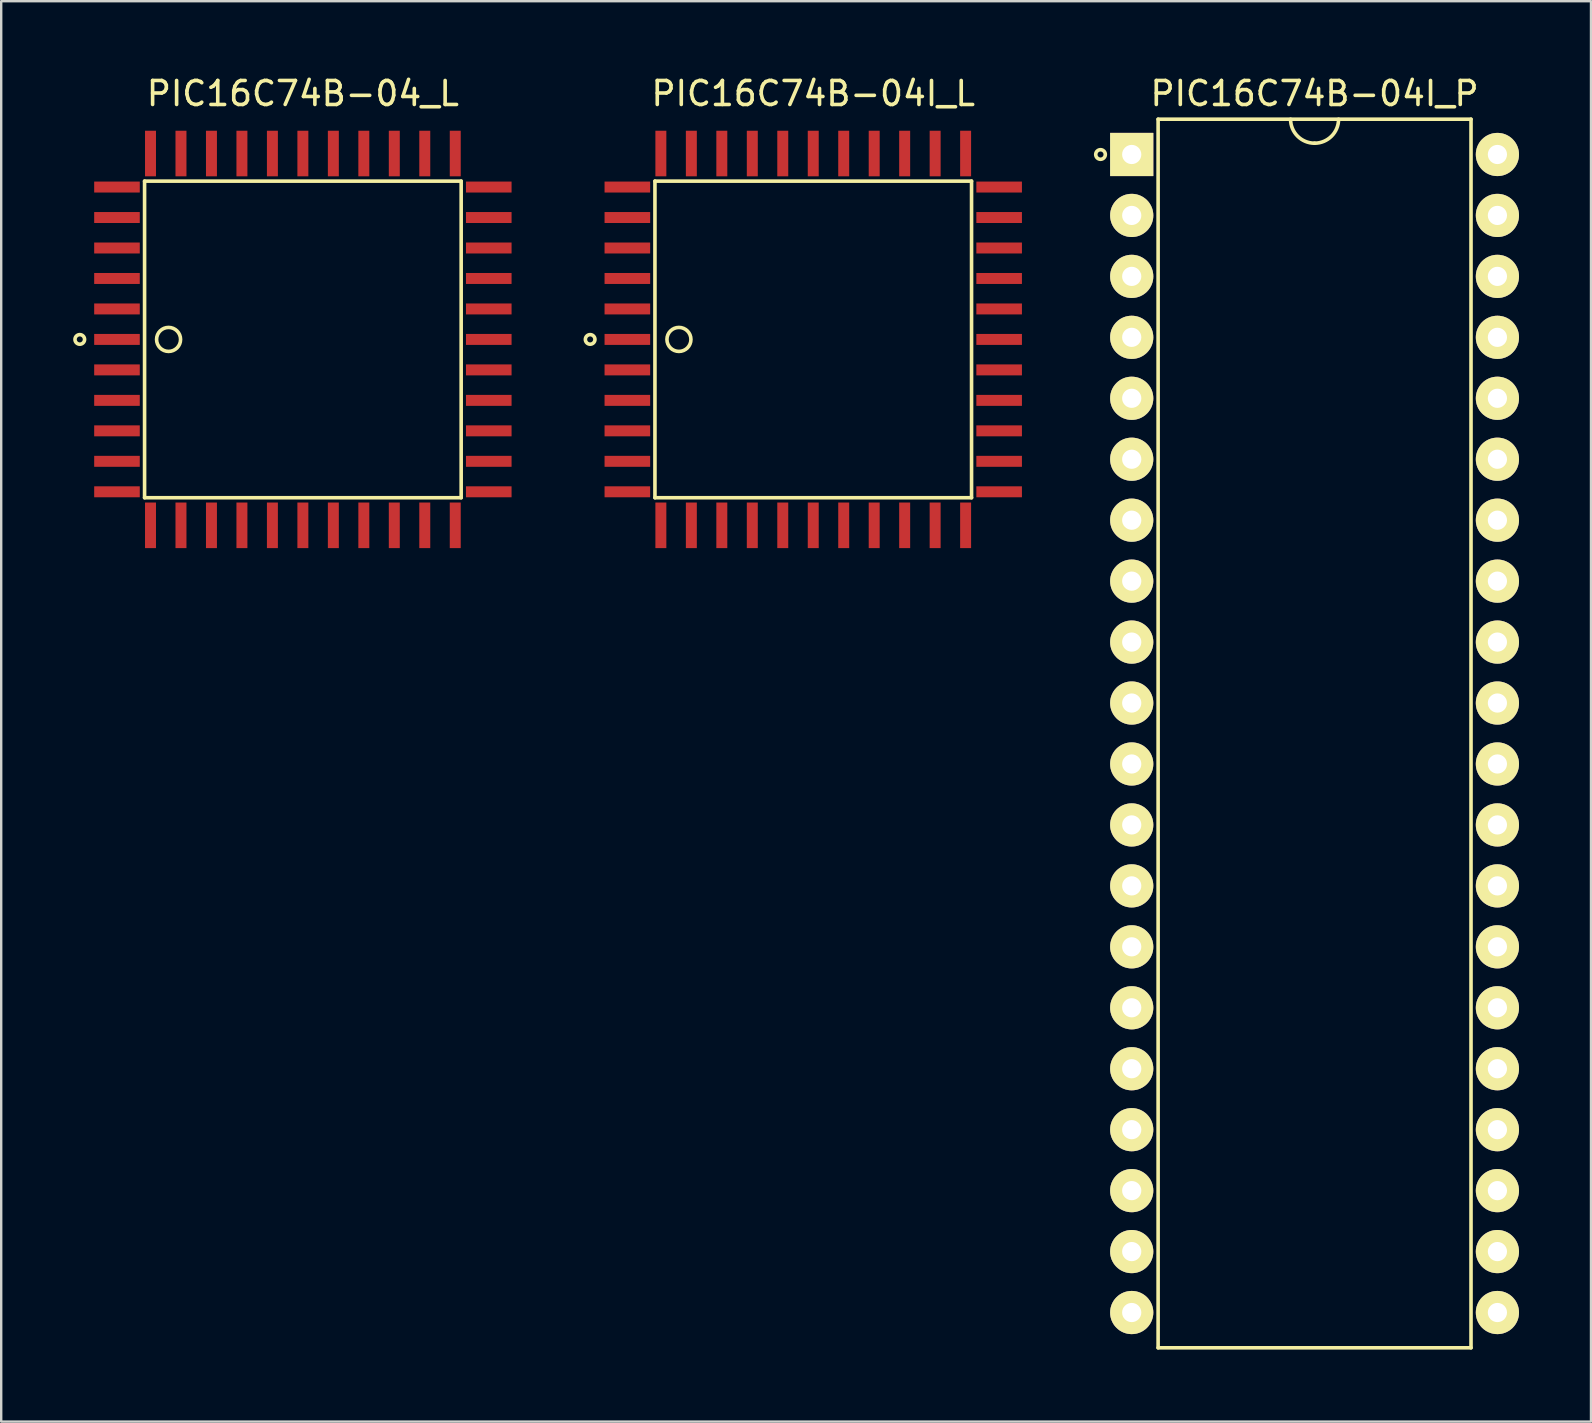
<source format=kicad_pcb>
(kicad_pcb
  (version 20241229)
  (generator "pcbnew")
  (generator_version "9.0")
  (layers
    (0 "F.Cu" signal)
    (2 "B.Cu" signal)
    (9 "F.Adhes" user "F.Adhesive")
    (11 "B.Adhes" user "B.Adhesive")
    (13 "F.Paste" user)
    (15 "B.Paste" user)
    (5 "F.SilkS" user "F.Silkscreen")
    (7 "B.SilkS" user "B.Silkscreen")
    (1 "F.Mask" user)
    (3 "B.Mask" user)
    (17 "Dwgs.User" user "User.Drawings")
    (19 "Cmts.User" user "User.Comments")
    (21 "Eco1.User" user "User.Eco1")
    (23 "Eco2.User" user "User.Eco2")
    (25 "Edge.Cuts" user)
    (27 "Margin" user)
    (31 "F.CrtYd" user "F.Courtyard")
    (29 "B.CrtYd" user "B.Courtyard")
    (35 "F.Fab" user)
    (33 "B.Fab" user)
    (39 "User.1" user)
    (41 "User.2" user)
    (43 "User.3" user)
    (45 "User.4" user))
  (footprint "PIC16C74B-04I_L"
    (layer "F.Cu")
    (at 23.094 3.348)
    (property "Reference" "PIC16C74B-04I_L" (at 7.747 -2.5 0) (layer "F.SilkS") (effects (font (size 1 1) (thickness 0.15))))
    (attr through_hole)
    (fp_line (start 1.15 1.15) (end 1.15 14.344) (stroke (width 0.15) (type solid)) (layer "F.SilkS"))
    (fp_line (start 1.15 1.15) (end 14.344 1.15) (stroke (width 0.15) (type solid)) (layer "F.SilkS"))
    (fp_line (start 1.15 14.344) (end 14.344 14.344) (stroke (width 0.15) (type solid)) (layer "F.SilkS"))
    (fp_line (start 14.344 14.344) (end 14.344 1.15) (stroke (width 0.15) (type solid)) (layer "F.SilkS"))
    (fp_circle (center -1.55 7.747) (end -1.55 7.547) (stroke (width 0.15) (type solid)) (fill no) (layer "F.SilkS"))
    (fp_circle (center 2.15 7.747) (end 2.15 7.247) (stroke (width 0.15) (type solid)) (fill no) (layer "F.SilkS"))
    (pad "1" smd rect (at 0 7.747) (size 1.9 0.457) (layers "F.Cu" "F.Mask" "F.Paste"))
    (pad "2" smd rect (at 0 9.017) (size 1.9 0.457) (layers "F.Cu" "F.Mask" "F.Paste"))
    (pad "3" smd rect (at 0 10.287) (size 1.9 0.457) (layers "F.Cu" "F.Mask" "F.Paste"))
    (pad "4" smd rect (at 0 11.557) (size 1.9 0.457) (layers "F.Cu" "F.Mask" "F.Paste"))
    (pad "5" smd rect (at 0 12.827) (size 1.9 0.457) (layers "F.Cu" "F.Mask" "F.Paste"))
    (pad "6" smd rect (at 0 14.097) (size 1.9 0.457) (layers "F.Cu" "F.Mask" "F.Paste"))
    (pad "7" smd rect (at 1.397 15.494) (size 0.457 1.9) (layers "F.Cu" "F.Mask" "F.Paste"))
    (pad "8" smd rect (at 2.667 15.494) (size 0.457 1.9) (layers "F.Cu" "F.Mask" "F.Paste"))
    (pad "9" smd rect (at 3.937 15.494) (size 0.457 1.9) (layers "F.Cu" "F.Mask" "F.Paste"))
    (pad "10" smd rect (at 5.207 15.494) (size 0.457 1.9) (layers "F.Cu" "F.Mask" "F.Paste"))
    (pad "11" smd rect (at 6.477 15.494) (size 0.457 1.9) (layers "F.Cu" "F.Mask" "F.Paste"))
    (pad "12" smd rect (at 7.747 15.494) (size 0.457 1.9) (layers "F.Cu" "F.Mask" "F.Paste"))
    (pad "13" smd rect (at 9.017 15.494) (size 0.457 1.9) (layers "F.Cu" "F.Mask" "F.Paste"))
    (pad "14" smd rect (at 10.287 15.494) (size 0.457 1.9) (layers "F.Cu" "F.Mask" "F.Paste"))
    (pad "15" smd rect (at 11.557 15.494) (size 0.457 1.9) (layers "F.Cu" "F.Mask" "F.Paste"))
    (pad "16" smd rect (at 12.827 15.494) (size 0.457 1.9) (layers "F.Cu" "F.Mask" "F.Paste"))
    (pad "17" smd rect (at 14.097 15.494) (size 0.457 1.9) (layers "F.Cu" "F.Mask" "F.Paste"))
    (pad "18" smd rect (at 15.494 14.097) (size 1.9 0.457) (layers "F.Cu" "F.Mask" "F.Paste"))
    (pad "19" smd rect (at 15.494 12.827) (size 1.9 0.457) (layers "F.Cu" "F.Mask" "F.Paste"))
    (pad "20" smd rect (at 15.494 11.557) (size 1.9 0.457) (layers "F.Cu" "F.Mask" "F.Paste"))
    (pad "21" smd rect (at 15.494 10.287) (size 1.9 0.457) (layers "F.Cu" "F.Mask" "F.Paste"))
    (pad "22" smd rect (at 15.494 9.017) (size 1.9 0.457) (layers "F.Cu" "F.Mask" "F.Paste"))
    (pad "23" smd rect (at 15.494 7.747) (size 1.9 0.457) (layers "F.Cu" "F.Mask" "F.Paste"))
    (pad "24" smd rect (at 15.494 6.477) (size 1.9 0.457) (layers "F.Cu" "F.Mask" "F.Paste"))
    (pad "25" smd rect (at 15.494 5.207) (size 1.9 0.457) (layers "F.Cu" "F.Mask" "F.Paste"))
    (pad "26" smd rect (at 15.494 3.937) (size 1.9 0.457) (layers "F.Cu" "F.Mask" "F.Paste"))
    (pad "27" smd rect (at 15.494 2.667) (size 1.9 0.457) (layers "F.Cu" "F.Mask" "F.Paste"))
    (pad "28" smd rect (at 15.494 1.397) (size 1.9 0.457) (layers "F.Cu" "F.Mask" "F.Paste"))
    (pad "29" smd rect (at 14.097 0) (size 0.457 1.9) (layers "F.Cu" "F.Mask" "F.Paste"))
    (pad "30" smd rect (at 12.827 0) (size 0.457 1.9) (layers "F.Cu" "F.Mask" "F.Paste"))
    (pad "31" smd rect (at 11.557 0) (size 0.457 1.9) (layers "F.Cu" "F.Mask" "F.Paste"))
    (pad "32" smd rect (at 10.287 0) (size 0.457 1.9) (layers "F.Cu" "F.Mask" "F.Paste"))
    (pad "33" smd rect (at 9.017 0) (size 0.457 1.9) (layers "F.Cu" "F.Mask" "F.Paste"))
    (pad "34" smd rect (at 7.747 0) (size 0.457 1.9) (layers "F.Cu" "F.Mask" "F.Paste"))
    (pad "35" smd rect (at 6.477 0) (size 0.457 1.9) (layers "F.Cu" "F.Mask" "F.Paste"))
    (pad "36" smd rect (at 5.207 0) (size 0.457 1.9) (layers "F.Cu" "F.Mask" "F.Paste"))
    (pad "37" smd rect (at 3.937 0) (size 0.457 1.9) (layers "F.Cu" "F.Mask" "F.Paste"))
    (pad "38" smd rect (at 2.667 0) (size 0.457 1.9) (layers "F.Cu" "F.Mask" "F.Paste"))
    (pad "39" smd rect (at 1.397 0) (size 0.457 1.9) (layers "F.Cu" "F.Mask" "F.Paste"))
    (pad "40" smd rect (at 0 1.397) (size 1.9 0.457) (layers "F.Cu" "F.Mask" "F.Paste"))
    (pad "41" smd rect (at 0 2.667) (size 1.9 0.457) (layers "F.Cu" "F.Mask" "F.Paste"))
    (pad "42" smd rect (at 0 3.937) (size 1.9 0.457) (layers "F.Cu" "F.Mask" "F.Paste"))
    (pad "43" smd rect (at 0 5.207) (size 1.9 0.457) (layers "F.Cu" "F.Mask" "F.Paste"))
    (pad "44" smd rect (at 0 6.477) (size 1.9 0.457) (layers "F.Cu" "F.Mask" "F.Paste")))
  (footprint "PIC16C74B-04_L"
    (layer "F.Cu")
    (at 1.825 3.348)
    (property "Reference" "PIC16C74B-04_L" (at 7.747 -2.5 0) (layer "F.SilkS") (effects (font (size 1 1) (thickness 0.15))))
    (attr through_hole)
    (fp_line (start 1.15 1.15) (end 1.15 14.344) (stroke (width 0.15) (type solid)) (layer "F.SilkS"))
    (fp_line (start 1.15 1.15) (end 14.344 1.15) (stroke (width 0.15) (type solid)) (layer "F.SilkS"))
    (fp_line (start 1.15 14.344) (end 14.344 14.344) (stroke (width 0.15) (type solid)) (layer "F.SilkS"))
    (fp_line (start 14.344 14.344) (end 14.344 1.15) (stroke (width 0.15) (type solid)) (layer "F.SilkS"))
    (fp_circle (center -1.55 7.747) (end -1.55 7.547) (stroke (width 0.15) (type solid)) (fill no) (layer "F.SilkS"))
    (fp_circle (center 2.15 7.747) (end 2.15 7.247) (stroke (width 0.15) (type solid)) (fill no) (layer "F.SilkS"))
    (pad "1" smd rect (at 0 7.747) (size 1.9 0.457) (layers "F.Cu" "F.Mask" "F.Paste"))
    (pad "2" smd rect (at 0 9.017) (size 1.9 0.457) (layers "F.Cu" "F.Mask" "F.Paste"))
    (pad "3" smd rect (at 0 10.287) (size 1.9 0.457) (layers "F.Cu" "F.Mask" "F.Paste"))
    (pad "4" smd rect (at 0 11.557) (size 1.9 0.457) (layers "F.Cu" "F.Mask" "F.Paste"))
    (pad "5" smd rect (at 0 12.827) (size 1.9 0.457) (layers "F.Cu" "F.Mask" "F.Paste"))
    (pad "6" smd rect (at 0 14.097) (size 1.9 0.457) (layers "F.Cu" "F.Mask" "F.Paste"))
    (pad "7" smd rect (at 1.397 15.494) (size 0.457 1.9) (layers "F.Cu" "F.Mask" "F.Paste"))
    (pad "8" smd rect (at 2.667 15.494) (size 0.457 1.9) (layers "F.Cu" "F.Mask" "F.Paste"))
    (pad "9" smd rect (at 3.937 15.494) (size 0.457 1.9) (layers "F.Cu" "F.Mask" "F.Paste"))
    (pad "10" smd rect (at 5.207 15.494) (size 0.457 1.9) (layers "F.Cu" "F.Mask" "F.Paste"))
    (pad "11" smd rect (at 6.477 15.494) (size 0.457 1.9) (layers "F.Cu" "F.Mask" "F.Paste"))
    (pad "12" smd rect (at 7.747 15.494) (size 0.457 1.9) (layers "F.Cu" "F.Mask" "F.Paste"))
    (pad "13" smd rect (at 9.017 15.494) (size 0.457 1.9) (layers "F.Cu" "F.Mask" "F.Paste"))
    (pad "14" smd rect (at 10.287 15.494) (size 0.457 1.9) (layers "F.Cu" "F.Mask" "F.Paste"))
    (pad "15" smd rect (at 11.557 15.494) (size 0.457 1.9) (layers "F.Cu" "F.Mask" "F.Paste"))
    (pad "16" smd rect (at 12.827 15.494) (size 0.457 1.9) (layers "F.Cu" "F.Mask" "F.Paste"))
    (pad "17" smd rect (at 14.097 15.494) (size 0.457 1.9) (layers "F.Cu" "F.Mask" "F.Paste"))
    (pad "18" smd rect (at 15.494 14.097) (size 1.9 0.457) (layers "F.Cu" "F.Mask" "F.Paste"))
    (pad "19" smd rect (at 15.494 12.827) (size 1.9 0.457) (layers "F.Cu" "F.Mask" "F.Paste"))
    (pad "20" smd rect (at 15.494 11.557) (size 1.9 0.457) (layers "F.Cu" "F.Mask" "F.Paste"))
    (pad "21" smd rect (at 15.494 10.287) (size 1.9 0.457) (layers "F.Cu" "F.Mask" "F.Paste"))
    (pad "22" smd rect (at 15.494 9.017) (size 1.9 0.457) (layers "F.Cu" "F.Mask" "F.Paste"))
    (pad "23" smd rect (at 15.494 7.747) (size 1.9 0.457) (layers "F.Cu" "F.Mask" "F.Paste"))
    (pad "24" smd rect (at 15.494 6.477) (size 1.9 0.457) (layers "F.Cu" "F.Mask" "F.Paste"))
    (pad "25" smd rect (at 15.494 5.207) (size 1.9 0.457) (layers "F.Cu" "F.Mask" "F.Paste"))
    (pad "26" smd rect (at 15.494 3.937) (size 1.9 0.457) (layers "F.Cu" "F.Mask" "F.Paste"))
    (pad "27" smd rect (at 15.494 2.667) (size 1.9 0.457) (layers "F.Cu" "F.Mask" "F.Paste"))
    (pad "28" smd rect (at 15.494 1.397) (size 1.9 0.457) (layers "F.Cu" "F.Mask" "F.Paste"))
    (pad "29" smd rect (at 14.097 0) (size 0.457 1.9) (layers "F.Cu" "F.Mask" "F.Paste"))
    (pad "30" smd rect (at 12.827 0) (size 0.457 1.9) (layers "F.Cu" "F.Mask" "F.Paste"))
    (pad "31" smd rect (at 11.557 0) (size 0.457 1.9) (layers "F.Cu" "F.Mask" "F.Paste"))
    (pad "32" smd rect (at 10.287 0) (size 0.457 1.9) (layers "F.Cu" "F.Mask" "F.Paste"))
    (pad "33" smd rect (at 9.017 0) (size 0.457 1.9) (layers "F.Cu" "F.Mask" "F.Paste"))
    (pad "34" smd rect (at 7.747 0) (size 0.457 1.9) (layers "F.Cu" "F.Mask" "F.Paste"))
    (pad "35" smd rect (at 6.477 0) (size 0.457 1.9) (layers "F.Cu" "F.Mask" "F.Paste"))
    (pad "36" smd rect (at 5.207 0) (size 0.457 1.9) (layers "F.Cu" "F.Mask" "F.Paste"))
    (pad "37" smd rect (at 3.937 0) (size 0.457 1.9) (layers "F.Cu" "F.Mask" "F.Paste"))
    (pad "38" smd rect (at 2.667 0) (size 0.457 1.9) (layers "F.Cu" "F.Mask" "F.Paste"))
    (pad "39" smd rect (at 1.397 0) (size 0.457 1.9) (layers "F.Cu" "F.Mask" "F.Paste"))
    (pad "40" smd rect (at 0 1.397) (size 1.9 0.457) (layers "F.Cu" "F.Mask" "F.Paste"))
    (pad "41" smd rect (at 0 2.667) (size 1.9 0.457) (layers "F.Cu" "F.Mask" "F.Paste"))
    (pad "42" smd rect (at 0 3.937) (size 1.9 0.457) (layers "F.Cu" "F.Mask" "F.Paste"))
    (pad "43" smd rect (at 0 5.207) (size 1.9 0.457) (layers "F.Cu" "F.Mask" "F.Paste"))
    (pad "44" smd rect (at 0 6.477) (size 1.9 0.457) (layers "F.Cu" "F.Mask" "F.Paste")))
  (footprint "PIC16C74B-04I_P"
    (layer "F.Cu")
    (at 44.113 3.388)
    (property "Reference" "PIC16C74B-04I_P" (at 7.62 -2.54 0) (layer "F.SilkS") (effects (font (size 1 1) (thickness 0.15))))
    (attr through_hole)
    (fp_line (start 1.1 -1.47) (end 14.14 -1.47) (stroke (width 0.15) (type solid)) (layer "F.SilkS"))
    (fp_line (start 1.1 49.73) (end 1.1 -1.47) (stroke (width 0.15) (type solid)) (layer "F.SilkS"))
    (fp_line (start 14.14 -1.47) (end 14.14 49.73) (stroke (width 0.15) (type solid)) (layer "F.SilkS"))
    (fp_line (start 14.14 49.73) (end 1.1 49.73) (stroke (width 0.15) (type solid)) (layer "F.SilkS"))
    (fp_arc (start 7.62 -0.47) (mid 6.912893 -0.762893) (end 6.62 -1.47) (stroke (width 0.15) (type solid)) (layer "F.SilkS"))
    (fp_arc (start 8.62 -1.47) (mid 8.327107 -0.762893) (end 7.62 -0.47) (stroke (width 0.15) (type solid)) (layer "F.SilkS"))
    (fp_circle (center -1.3 0) (end -1.3 0.2) (stroke (width 0.15) (type solid)) (fill no) (layer "F.SilkS"))
    (pad "1" thru_hole rect (at 0 0) (size 1.8 1.8) (drill 0.8) (layers "*.Cu" "*.Mask" "F.SilkS"))
    (pad "2" thru_hole circle (at 0 2.54) (size 1.8 1.8) (drill 0.8) (layers "*.Cu" "*.Mask" "F.SilkS"))
    (pad "3" thru_hole circle (at 0 5.08) (size 1.8 1.8) (drill 0.8) (layers "*.Cu" "*.Mask" "F.SilkS"))
    (pad "4" thru_hole circle (at 0 7.62) (size 1.8 1.8) (drill 0.8) (layers "*.Cu" "*.Mask" "F.SilkS"))
    (pad "5" thru_hole circle (at 0 10.16) (size 1.8 1.8) (drill 0.8) (layers "*.Cu" "*.Mask" "F.SilkS"))
    (pad "6" thru_hole circle (at 0 12.7) (size 1.8 1.8) (drill 0.8) (layers "*.Cu" "*.Mask" "F.SilkS"))
    (pad "7" thru_hole circle (at 0 15.24) (size 1.8 1.8) (drill 0.8) (layers "*.Cu" "*.Mask" "F.SilkS"))
    (pad "8" thru_hole circle (at 0 17.78) (size 1.8 1.8) (drill 0.8) (layers "*.Cu" "*.Mask" "F.SilkS"))
    (pad "9" thru_hole circle (at 0 20.32) (size 1.8 1.8) (drill 0.8) (layers "*.Cu" "*.Mask" "F.SilkS"))
    (pad "10" thru_hole circle (at 0 22.86) (size 1.8 1.8) (drill 0.8) (layers "*.Cu" "*.Mask" "F.SilkS"))
    (pad "11" thru_hole circle (at 0 25.4) (size 1.8 1.8) (drill 0.8) (layers "*.Cu" "*.Mask" "F.SilkS"))
    (pad "12" thru_hole circle (at 0 27.94) (size 1.8 1.8) (drill 0.8) (layers "*.Cu" "*.Mask" "F.SilkS"))
    (pad "13" thru_hole circle (at 0 30.48) (size 1.8 1.8) (drill 0.8) (layers "*.Cu" "*.Mask" "F.SilkS"))
    (pad "14" thru_hole circle (at 0 33.02) (size 1.8 1.8) (drill 0.8) (layers "*.Cu" "*.Mask" "F.SilkS"))
    (pad "15" thru_hole circle (at 0 35.56) (size 1.8 1.8) (drill 0.8) (layers "*.Cu" "*.Mask" "F.SilkS"))
    (pad "16" thru_hole circle (at 0 38.1) (size 1.8 1.8) (drill 0.8) (layers "*.Cu" "*.Mask" "F.SilkS"))
    (pad "17" thru_hole circle (at 0 40.64) (size 1.8 1.8) (drill 0.8) (layers "*.Cu" "*.Mask" "F.SilkS"))
    (pad "18" thru_hole circle (at 0 43.18) (size 1.8 1.8) (drill 0.8) (layers "*.Cu" "*.Mask" "F.SilkS"))
    (pad "19" thru_hole circle (at 0 45.72) (size 1.8 1.8) (drill 0.8) (layers "*.Cu" "*.Mask" "F.SilkS"))
    (pad "20" thru_hole circle (at 0 48.26) (size 1.8 1.8) (drill 0.8) (layers "*.Cu" "*.Mask" "F.SilkS"))
    (pad "21" thru_hole circle (at 15.24 48.26) (size 1.8 1.8) (drill 0.8) (layers "*.Cu" "*.Mask" "F.SilkS"))
    (pad "22" thru_hole circle (at 15.24 45.72) (size 1.8 1.8) (drill 0.8) (layers "*.Cu" "*.Mask" "F.SilkS"))
    (pad "23" thru_hole circle (at 15.24 43.18) (size 1.8 1.8) (drill 0.8) (layers "*.Cu" "*.Mask" "F.SilkS"))
    (pad "24" thru_hole circle (at 15.24 40.64) (size 1.8 1.8) (drill 0.8) (layers "*.Cu" "*.Mask" "F.SilkS"))
    (pad "25" thru_hole circle (at 15.24 38.1) (size 1.8 1.8) (drill 0.8) (layers "*.Cu" "*.Mask" "F.SilkS"))
    (pad "26" thru_hole circle (at 15.24 35.56) (size 1.8 1.8) (drill 0.8) (layers "*.Cu" "*.Mask" "F.SilkS"))
    (pad "27" thru_hole circle (at 15.24 33.02) (size 1.8 1.8) (drill 0.8) (layers "*.Cu" "*.Mask" "F.SilkS"))
    (pad "28" thru_hole circle (at 15.24 30.48) (size 1.8 1.8) (drill 0.8) (layers "*.Cu" "*.Mask" "F.SilkS"))
    (pad "29" thru_hole circle (at 15.24 27.94) (size 1.8 1.8) (drill 0.8) (layers "*.Cu" "*.Mask" "F.SilkS"))
    (pad "30" thru_hole circle (at 15.24 25.4) (size 1.8 1.8) (drill 0.8) (layers "*.Cu" "*.Mask" "F.SilkS"))
    (pad "31" thru_hole circle (at 15.24 22.86) (size 1.8 1.8) (drill 0.8) (layers "*.Cu" "*.Mask" "F.SilkS"))
    (pad "32" thru_hole circle (at 15.24 20.32) (size 1.8 1.8) (drill 0.8) (layers "*.Cu" "*.Mask" "F.SilkS"))
    (pad "33" thru_hole circle (at 15.24 17.78) (size 1.8 1.8) (drill 0.8) (layers "*.Cu" "*.Mask" "F.SilkS"))
    (pad "34" thru_hole circle (at 15.24 15.24) (size 1.8 1.8) (drill 0.8) (layers "*.Cu" "*.Mask" "F.SilkS"))
    (pad "35" thru_hole circle (at 15.24 12.7) (size 1.8 1.8) (drill 0.8) (layers "*.Cu" "*.Mask" "F.SilkS"))
    (pad "36" thru_hole circle (at 15.24 10.16) (size 1.8 1.8) (drill 0.8) (layers "*.Cu" "*.Mask" "F.SilkS"))
    (pad "37" thru_hole circle (at 15.24 7.62) (size 1.8 1.8) (drill 0.8) (layers "*.Cu" "*.Mask" "F.SilkS"))
    (pad "38" thru_hole circle (at 15.24 5.08) (size 1.8 1.8) (drill 0.8) (layers "*.Cu" "*.Mask" "F.SilkS"))
    (pad "39" thru_hole circle (at 15.24 2.54) (size 1.8 1.8) (drill 0.8) (layers "*.Cu" "*.Mask" "F.SilkS"))
    (pad "40" thru_hole circle (at 15.24 0) (size 1.8 1.8) (drill 0.8) (layers "*.Cu" "*.Mask" "F.SilkS")))
  (gr_rect
    (start -3 -3)
    (end 63.253 56.193)
    (stroke (width 0.1) (type default))
    (fill no)
    (layer "Edge.Cuts")))
</source>
